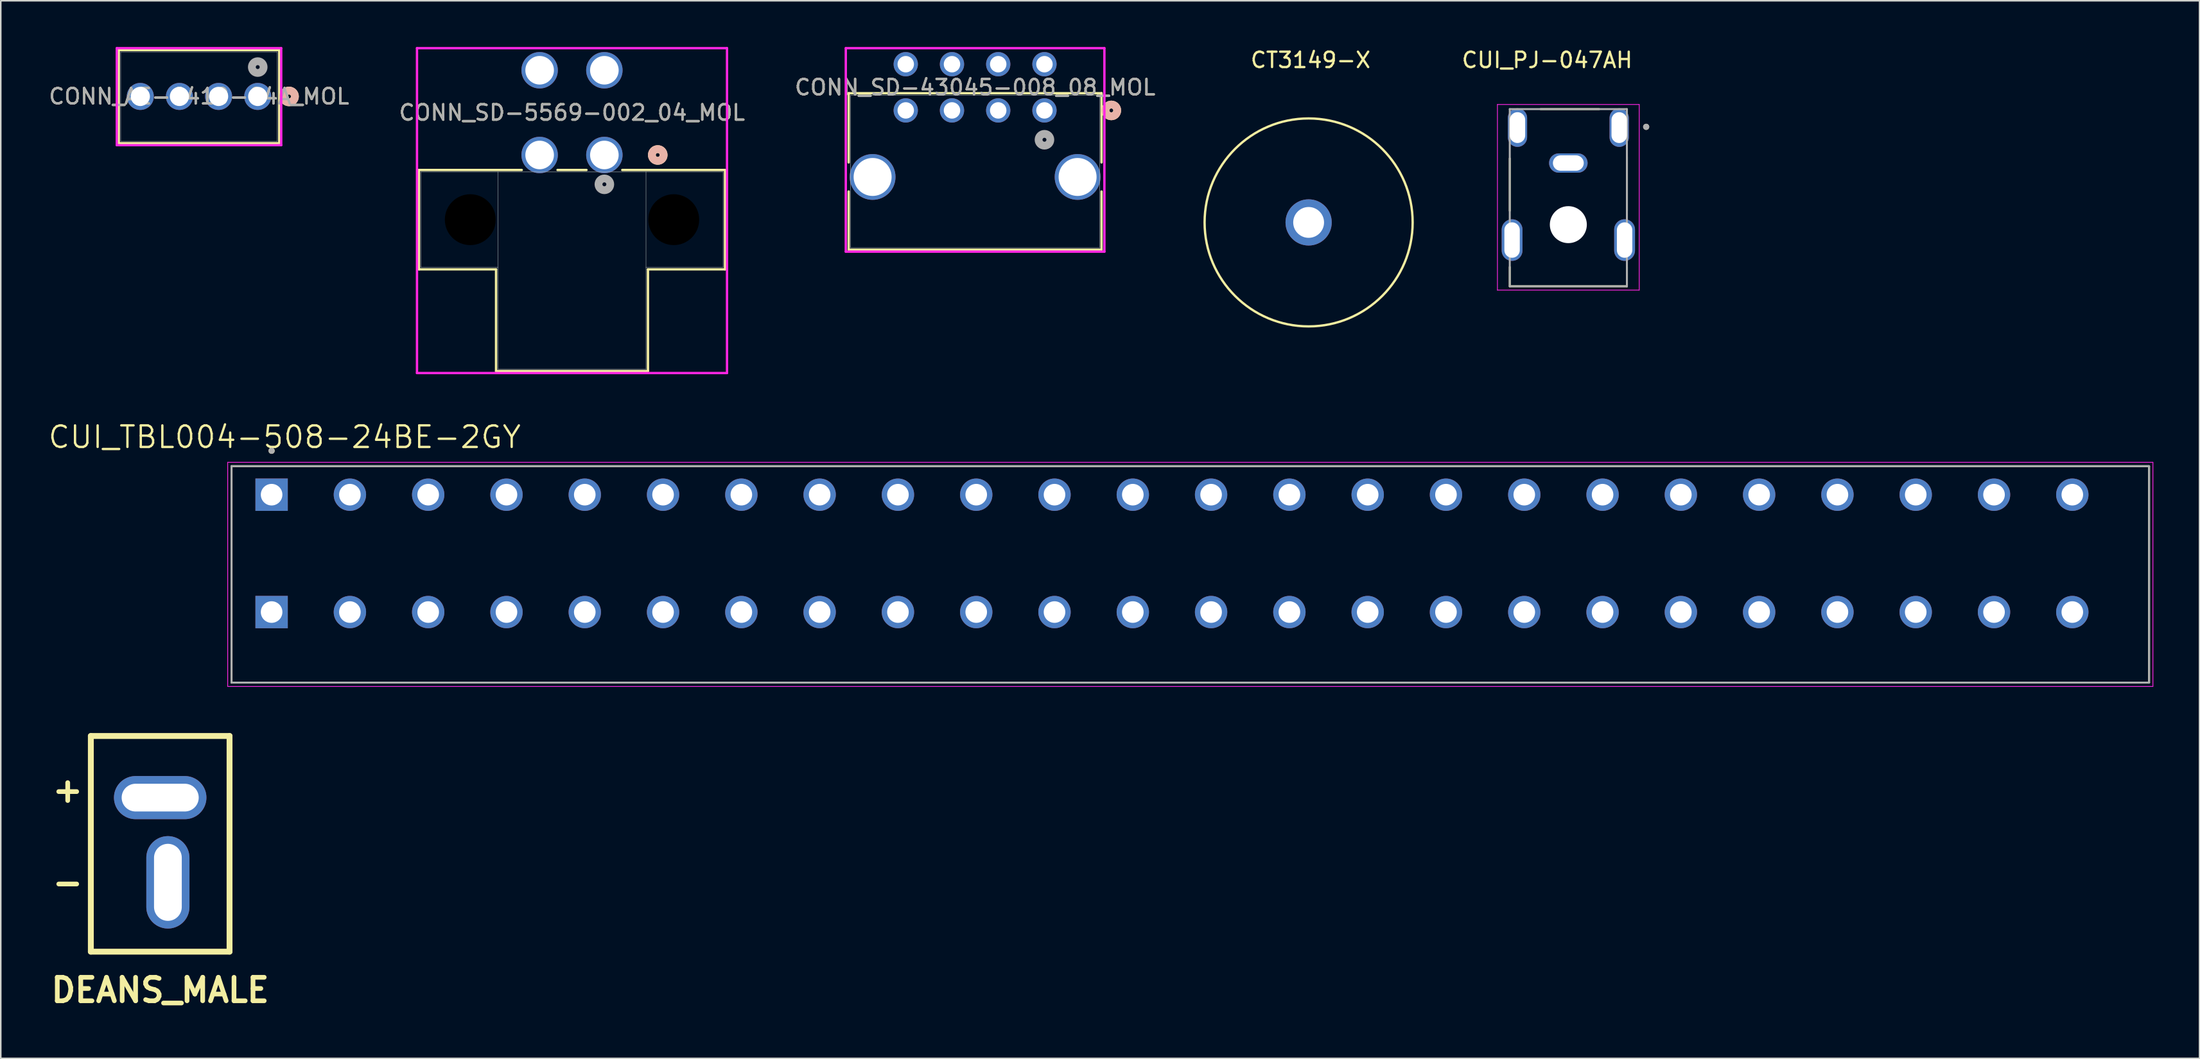
<source format=kicad_pcb>
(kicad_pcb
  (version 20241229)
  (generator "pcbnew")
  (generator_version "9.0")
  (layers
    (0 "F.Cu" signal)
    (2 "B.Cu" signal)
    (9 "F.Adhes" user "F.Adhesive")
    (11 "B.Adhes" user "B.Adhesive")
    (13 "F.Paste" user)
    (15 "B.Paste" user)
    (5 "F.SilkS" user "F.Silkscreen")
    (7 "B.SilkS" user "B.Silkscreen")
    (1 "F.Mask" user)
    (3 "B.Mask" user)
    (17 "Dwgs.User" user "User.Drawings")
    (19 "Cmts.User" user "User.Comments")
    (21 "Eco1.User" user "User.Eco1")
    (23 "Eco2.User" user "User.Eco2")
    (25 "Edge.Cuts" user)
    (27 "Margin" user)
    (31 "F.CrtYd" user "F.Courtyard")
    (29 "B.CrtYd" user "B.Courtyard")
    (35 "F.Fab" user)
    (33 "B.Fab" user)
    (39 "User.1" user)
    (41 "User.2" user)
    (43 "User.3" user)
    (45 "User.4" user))
  (footprint "DEANS_MALE"
    (layer "F.Cu")
    (at 7.344 52.23)
    (property "Reference" "DEANS_MALE" (at 0 9 0) (layer "F.SilkS") (effects (font (size 1.524 1.524) (thickness 0.305))))
    (attr through_hole)
    (fp_line (start -4.5 -7.5) (end 4.5 -7.5) (stroke (width 0.381) (type solid)) (layer "F.SilkS"))
    (fp_line (start -4.5 6.5) (end -4.5 -7.5) (stroke (width 0.381) (type solid)) (layer "F.SilkS"))
    (fp_line (start -4.5 6.5) (end 4.5 6.5) (stroke (width 0.381) (type solid)) (layer "F.SilkS"))
    (fp_line (start 4.5 6.5) (end 4.5 -7.5) (stroke (width 0.381) (type solid)) (layer "F.SilkS"))
    (fp_text user "-" (at -6 2 0) (layer "F.SilkS") (effects (font (size 1.524 1.524) (thickness 0.305))))
    (fp_text user "+" (at -6 -4 0) (layer "F.SilkS") (effects (font (size 1.524 1.524) (thickness 0.305))))
    (pad "1" thru_hole oval (at 0.5 2 180) (size 2.8 6) (drill oval 1.8 5) (layers "*.Cu" "*.Mask"))
    (pad "2" thru_hole oval (at 0 -3.5 270) (size 2.8 6) (drill oval 1.8 5) (layers "*.Cu" "*.Mask")))
  (footprint "CUI_PJ-047AH"
    (layer "F.Cu")
    (at 98.712 9.784)
    (property "Reference" "CUI_PJ-047AH" (at -1.372 -8.935 0) (layer "F.SilkS") (effects (font (size 1.001 1.001) (thickness 0.15))))
    (attr through_hole)
    (fp_line (start -3.8 -2.55) (end -3.8 0.85) (stroke (width 0.127) (type solid)) (layer "F.SilkS"))
    (fp_line (start -3.8 4.5) (end -3.8 5.75) (stroke (width 0.127) (type solid)) (layer "F.SilkS"))
    (fp_line (start -3.8 5.75) (end 3.8 5.75) (stroke (width 0.127) (type solid)) (layer "F.SilkS"))
    (fp_line (start 2 -5.75) (end -1.8 -5.75) (stroke (width 0.127) (type solid)) (layer "F.SilkS"))
    (fp_line (start 3.8 -2.65) (end 3.8 0.85) (stroke (width 0.127) (type solid)) (layer "F.SilkS"))
    (fp_line (start 3.8 5.75) (end 3.8 4.5) (stroke (width 0.127) (type solid)) (layer "F.SilkS"))
    (fp_circle (center 5.05 -4.6) (end 5.15 -4.6) (stroke (width 0.2) (type solid)) (fill no) (layer "F.SilkS"))
    (fp_line (start -4.6 6) (end -4.6 -6.05) (stroke (width 0.05) (type solid)) (layer "F.CrtYd"))
    (fp_line (start -4.6 6) (end 4.6 6) (stroke (width 0.05) (type solid)) (layer "F.CrtYd"))
    (fp_line (start 4.6 -6.05) (end -4.6 -6.05) (stroke (width 0.05) (type solid)) (layer "F.CrtYd"))
    (fp_line (start 4.6 6) (end 4.6 -6.05) (stroke (width 0.05) (type solid)) (layer "F.CrtYd"))
    (fp_line (start -3.8 -5.75) (end 3.8 -5.75) (stroke (width 0.127) (type solid)) (layer "F.Fab"))
    (fp_line (start -3.8 5.75) (end -3.8 -5.75) (stroke (width 0.127) (type solid)) (layer "F.Fab"))
    (fp_line (start 3.8 -5.75) (end 3.8 5.75) (stroke (width 0.127) (type solid)) (layer "F.Fab"))
    (fp_line (start 3.8 5.75) (end -3.8 5.75) (stroke (width 0.127) (type solid)) (layer "F.Fab"))
    (fp_circle (center 5.05 -4.6) (end 5.15 -4.6) (stroke (width 0.2) (type solid)) (fill no) (layer "F.Fab"))
    (pad "" np_thru_hole circle (at 0 1.75) (size 2.4 2.4) (drill 2.4) (layers "*.Cu" "*.Mask"))
    (pad "1" thru_hole oval (at 3.3 -4.55) (size 1.25 2.5) (drill oval 1 2) (layers "*.Cu" "*.Mask"))
    (pad "2" thru_hole oval (at 0 -2.25) (size 2.5 1.25) (drill oval 2 1) (layers "*.Cu" "*.Mask"))
    (pad "3" thru_hole oval (at -3.3 -4.55) (size 1.25 2.5) (drill oval 1 2) (layers "*.Cu" "*.Mask"))
    (pad "SH" thru_hole oval (at -3.65 2.75) (size 1.35 2.7) (drill oval 1 2.3) (layers "*.Cu" "*.Mask"))
    (pad "SH" thru_hole oval (at 3.65 2.75) (size 1.35 2.7) (drill oval 1 2.3) (layers "*.Cu" "*.Mask")))
  (footprint "CONN_SD-5569-002_04_MOL"
    (layer "F.Cu")
    (at 36.165 7.011)
    (property "Reference" "CONN_SD-5569-002_04_MOL" (at -2.1 -2.75 0) (unlocked yes) (layer "F.SilkS") (effects (font (size 1 1) (thickness 0.15))))
    (attr through_hole)
    (fp_line (start -12.031 0.973) (end -12.031 7.425) (stroke (width 0.152) (type solid)) (layer "F.SilkS"))
    (fp_line (start -12.031 7.425) (end -7.028 7.425) (stroke (width 0.152) (type solid)) (layer "F.SilkS"))
    (fp_line (start -7.028 7.425) (end -7.028 14.029) (stroke (width 0.152) (type solid)) (layer "F.SilkS"))
    (fp_line (start -7.028 14.029) (end 2.828 14.029) (stroke (width 0.152) (type solid)) (layer "F.SilkS"))
    (fp_line (start -5.36 0.973) (end -12.031 0.973) (stroke (width 0.152) (type solid)) (layer "F.SilkS"))
    (fp_line (start -1.16 0.973) (end -3.04 0.973) (stroke (width 0.152) (type solid)) (layer "F.SilkS"))
    (fp_line (start 2.828 7.425) (end 7.831 7.425) (stroke (width 0.152) (type solid)) (layer "F.SilkS"))
    (fp_line (start 2.828 14.029) (end 2.828 7.425) (stroke (width 0.152) (type solid)) (layer "F.SilkS"))
    (fp_line (start 7.831 0.973) (end 1.16 0.973) (stroke (width 0.152) (type solid)) (layer "F.SilkS"))
    (fp_line (start 7.831 7.425) (end 7.831 0.973) (stroke (width 0.152) (type solid)) (layer "F.SilkS"))
    (fp_circle (center 3.463 0) (end 3.844 0) (stroke (width 0.508) (type solid)) (fill no) (layer "F.SilkS"))
    (fp_circle (center 3.463 0) (end 3.844 0) (stroke (width 0.508) (type solid)) (fill no) (layer "B.SilkS"))
    (fp_line (start -12.158 -6.935) (end -12.158 14.156) (stroke (width 0.152) (type solid)) (layer "F.CrtYd"))
    (fp_line (start -12.158 14.156) (end 7.958 14.156) (stroke (width 0.152) (type solid)) (layer "F.CrtYd"))
    (fp_line (start 7.958 -6.935) (end -12.158 -6.935) (stroke (width 0.152) (type solid)) (layer "F.CrtYd"))
    (fp_line (start 7.958 14.156) (end 7.958 -6.935) (stroke (width 0.152) (type solid)) (layer "F.CrtYd"))
    (fp_line (start -11.904 7.298) (end -11.904 1.1) (stroke (width 0.025) (type solid)) (layer "F.Fab"))
    (fp_line (start -11.904 7.298) (end -6.901 7.298) (stroke (width 0.025) (type solid)) (layer "F.Fab"))
    (fp_line (start -6.901 1.1) (end -11.904 1.1) (stroke (width 0.025) (type solid)) (layer "F.Fab"))
    (fp_line (start -6.901 1.1) (end -6.901 13.902) (stroke (width 0.025) (type solid)) (layer "F.Fab"))
    (fp_line (start -6.901 13.902) (end 2.701 13.902) (stroke (width 0.025) (type solid)) (layer "F.Fab"))
    (fp_line (start 2.701 1.1) (end -6.901 1.1) (stroke (width 0.025) (type solid)) (layer "F.Fab"))
    (fp_line (start 2.701 1.1) (end 7.704 1.1) (stroke (width 0.025) (type solid)) (layer "F.Fab"))
    (fp_line (start 2.701 13.902) (end 2.701 1.1) (stroke (width 0.025) (type solid)) (layer "F.Fab"))
    (fp_line (start 7.704 1.1) (end 7.704 7.298) (stroke (width 0.025) (type solid)) (layer "F.Fab"))
    (fp_line (start 7.704 7.298) (end 2.701 7.298) (stroke (width 0.025) (type solid)) (layer "F.Fab"))
    (fp_circle (center 0 1.905) (end 0.381 1.905) (stroke (width 0.508) (type solid)) (fill no) (layer "F.Fab"))
    (fp_text user "${REFERENCE}" (at -2.1 -2.75 0) (unlocked yes) (layer "F.Fab") (effects (font (size 1 1) (thickness 0.15))))
    (pad "" np_thru_hole circle (at -8.7 4.2) (size 3.302 3.302) (drill 3.302) (layers))
    (pad "" np_thru_hole circle (at 4.5 4.2) (size 3.302 3.302) (drill 3.302) (layers))
    (pad "1" thru_hole circle (at 0 0) (size 2.362 2.362) (drill 1.854) (layers "*.Cu" "*.Mask"))
    (pad "2" thru_hole circle (at -4.2 0) (size 2.362 2.362) (drill 1.854) (layers "*.Cu" "*.Mask"))
    (pad "3" thru_hole circle (at 0 -5.5) (size 2.362 2.362) (drill 1.854) (layers "*.Cu" "*.Mask"))
    (pad "4" thru_hole circle (at -4.2 -5.5) (size 2.362 2.362) (drill 1.854) (layers "*.Cu" "*.Mask")))
  (footprint "CONN_AE-6410-04A_MOL"
    (layer "F.Cu")
    (at 13.673 3.21)
    (property "Reference" "CONN_AE-6410-04A_MOL" (at -3.81 0 0) (unlocked yes) (layer "F.SilkS") (effects (font (size 1 1) (thickness 0.15))))
    (attr through_hole)
    (fp_line (start -9.017 -3.007) (end -9.017 3.038) (stroke (width 0.152) (type solid)) (layer "F.SilkS"))
    (fp_line (start -9.017 3.038) (end 1.397 3.038) (stroke (width 0.152) (type solid)) (layer "F.SilkS"))
    (fp_line (start 1.397 -3.007) (end -9.017 -3.007) (stroke (width 0.152) (type solid)) (layer "F.SilkS"))
    (fp_line (start 1.397 3.038) (end 1.397 -3.007) (stroke (width 0.152) (type solid)) (layer "F.SilkS"))
    (fp_circle (center 2.032 0) (end 2.413 0) (stroke (width 0.508) (type solid)) (fill no) (layer "F.SilkS"))
    (fp_circle (center 2.032 0) (end 2.413 0) (stroke (width 0.508) (type solid)) (fill no) (layer "B.SilkS"))
    (fp_line (start -9.144 -3.134) (end -9.144 3.165) (stroke (width 0.152) (type solid)) (layer "F.CrtYd"))
    (fp_line (start -9.144 3.165) (end 1.524 3.165) (stroke (width 0.152) (type solid)) (layer "F.CrtYd"))
    (fp_line (start 1.524 -3.134) (end -9.144 -3.134) (stroke (width 0.152) (type solid)) (layer "F.CrtYd"))
    (fp_line (start 1.524 3.165) (end 1.524 -3.134) (stroke (width 0.152) (type solid)) (layer "F.CrtYd"))
    (fp_line (start -8.89 -2.88) (end -8.89 2.911) (stroke (width 0.025) (type solid)) (layer "F.Fab"))
    (fp_line (start -8.89 2.911) (end 1.27 2.911) (stroke (width 0.025) (type solid)) (layer "F.Fab"))
    (fp_line (start 1.27 -2.88) (end -8.89 -2.88) (stroke (width 0.025) (type solid)) (layer "F.Fab"))
    (fp_line (start 1.27 2.911) (end 1.27 -2.88) (stroke (width 0.025) (type solid)) (layer "F.Fab"))
    (fp_circle (center 0 -1.905) (end 0.381 -1.905) (stroke (width 0.508) (type solid)) (fill no) (layer "F.Fab"))
    (fp_text user "${REFERENCE}" (at -3.81 0 0) (unlocked yes) (layer "F.Fab") (effects (font (size 1 1) (thickness 0.15))))
    (pad "1" thru_hole circle (at 0 0) (size 1.753 1.753) (drill 1.245) (layers "*.Cu" "*.Mask"))
    (pad "2" thru_hole circle (at -2.54 0) (size 1.753 1.753) (drill 1.245) (layers "*.Cu" "*.Mask"))
    (pad "3" thru_hole circle (at -5.08 0) (size 1.753 1.753) (drill 1.245) (layers "*.Cu" "*.Mask"))
    (pad "4" thru_hole circle (at -7.62 0) (size 1.753 1.753) (drill 1.245) (layers "*.Cu" "*.Mask")))
  (footprint "CUI_TBL004-508-24BE-2GY"
    (layer "F.Cu")
    (at 14.573 29.064)
    (property "Reference" "CUI_TBL004-508-24BE-2GY" (at 0.845 -3.739 0) (layer "F.SilkS") (effects (font (size 1.4 1.4) (thickness 0.15))))
    (attr through_hole)
    (fp_line (start -2.6 -1.85) (end 121.82 -1.85) (stroke (width 0.127) (type solid)) (layer "F.SilkS"))
    (fp_line (start -2.6 12.2) (end -2.6 -1.85) (stroke (width 0.127) (type solid)) (layer "F.SilkS"))
    (fp_line (start 121.82 -1.85) (end 121.82 12.2) (stroke (width 0.127) (type solid)) (layer "F.SilkS"))
    (fp_line (start 121.82 12.2) (end -2.6 12.2) (stroke (width 0.127) (type solid)) (layer "F.SilkS"))
    (fp_circle (center 0 -2.85) (end 0.1 -2.85) (stroke (width 0.2) (type solid)) (fill no) (layer "F.SilkS"))
    (fp_line (start -2.85 -2.1) (end 122.07 -2.1) (stroke (width 0.05) (type solid)) (layer "F.CrtYd"))
    (fp_line (start -2.85 12.45) (end -2.85 -2.1) (stroke (width 0.05) (type solid)) (layer "F.CrtYd"))
    (fp_line (start 122.07 -2.1) (end 122.07 12.45) (stroke (width 0.05) (type solid)) (layer "F.CrtYd"))
    (fp_line (start 122.07 12.45) (end -2.85 12.45) (stroke (width 0.05) (type solid)) (layer "F.CrtYd"))
    (fp_line (start -2.6 -1.85) (end 121.82 -1.85) (stroke (width 0.127) (type solid)) (layer "F.Fab"))
    (fp_line (start -2.6 12.2) (end -2.6 -1.85) (stroke (width 0.127) (type solid)) (layer "F.Fab"))
    (fp_line (start 121.82 -1.85) (end 121.82 12.2) (stroke (width 0.127) (type solid)) (layer "F.Fab"))
    (fp_line (start 121.82 12.2) (end -2.6 12.2) (stroke (width 0.127) (type solid)) (layer "F.Fab"))
    (fp_circle (center 0 -2.85) (end 0.1 -2.85) (stroke (width 0.2) (type solid)) (fill no) (layer "F.Fab"))
    (pad "1_A" thru_hole rect (at 0 0) (size 2.1 2.1) (drill 1.4) (layers "*.Cu" "*.Mask"))
    (pad "1_B" thru_hole rect (at 0 7.62) (size 2.1 2.1) (drill 1.4) (layers "*.Cu" "*.Mask"))
    (pad "2_A" thru_hole circle (at 5.08 0) (size 2.1 2.1) (drill 1.4) (layers "*.Cu" "*.Mask"))
    (pad "2_B" thru_hole circle (at 5.08 7.62) (size 2.1 2.1) (drill 1.4) (layers "*.Cu" "*.Mask"))
    (pad "3_A" thru_hole circle (at 10.16 0) (size 2.1 2.1) (drill 1.4) (layers "*.Cu" "*.Mask"))
    (pad "3_B" thru_hole circle (at 10.16 7.62) (size 2.1 2.1) (drill 1.4) (layers "*.Cu" "*.Mask"))
    (pad "4_A" thru_hole circle (at 15.24 0) (size 2.1 2.1) (drill 1.4) (layers "*.Cu" "*.Mask"))
    (pad "4_B" thru_hole circle (at 15.24 7.62) (size 2.1 2.1) (drill 1.4) (layers "*.Cu" "*.Mask"))
    (pad "5_A" thru_hole circle (at 20.32 0) (size 2.1 2.1) (drill 1.4) (layers "*.Cu" "*.Mask"))
    (pad "5_B" thru_hole circle (at 20.32 7.62) (size 2.1 2.1) (drill 1.4) (layers "*.Cu" "*.Mask"))
    (pad "6_A" thru_hole circle (at 25.4 0) (size 2.1 2.1) (drill 1.4) (layers "*.Cu" "*.Mask"))
    (pad "6_B" thru_hole circle (at 25.4 7.62) (size 2.1 2.1) (drill 1.4) (layers "*.Cu" "*.Mask"))
    (pad "7_A" thru_hole circle (at 30.48 0) (size 2.1 2.1) (drill 1.4) (layers "*.Cu" "*.Mask"))
    (pad "7_B" thru_hole circle (at 30.48 7.62) (size 2.1 2.1) (drill 1.4) (layers "*.Cu" "*.Mask"))
    (pad "8_A" thru_hole circle (at 35.56 0) (size 2.1 2.1) (drill 1.4) (layers "*.Cu" "*.Mask"))
    (pad "8_B" thru_hole circle (at 35.56 7.62) (size 2.1 2.1) (drill 1.4) (layers "*.Cu" "*.Mask"))
    (pad "9_A" thru_hole circle (at 40.64 0) (size 2.1 2.1) (drill 1.4) (layers "*.Cu" "*.Mask"))
    (pad "9_B" thru_hole circle (at 40.64 7.62) (size 2.1 2.1) (drill 1.4) (layers "*.Cu" "*.Mask"))
    (pad "10_A" thru_hole circle (at 45.72 0) (size 2.1 2.1) (drill 1.4) (layers "*.Cu" "*.Mask"))
    (pad "10_B" thru_hole circle (at 45.72 7.62) (size 2.1 2.1) (drill 1.4) (layers "*.Cu" "*.Mask"))
    (pad "11_A" thru_hole circle (at 50.8 0) (size 2.1 2.1) (drill 1.4) (layers "*.Cu" "*.Mask"))
    (pad "11_B" thru_hole circle (at 50.8 7.62) (size 2.1 2.1) (drill 1.4) (layers "*.Cu" "*.Mask"))
    (pad "12_A" thru_hole circle (at 55.88 0) (size 2.1 2.1) (drill 1.4) (layers "*.Cu" "*.Mask"))
    (pad "12_B" thru_hole circle (at 55.88 7.62) (size 2.1 2.1) (drill 1.4) (layers "*.Cu" "*.Mask"))
    (pad "13_A" thru_hole circle (at 60.96 0) (size 2.1 2.1) (drill 1.4) (layers "*.Cu" "*.Mask"))
    (pad "13_B" thru_hole circle (at 60.96 7.62) (size 2.1 2.1) (drill 1.4) (layers "*.Cu" "*.Mask"))
    (pad "14_A" thru_hole circle (at 66.04 0) (size 2.1 2.1) (drill 1.4) (layers "*.Cu" "*.Mask"))
    (pad "14_B" thru_hole circle (at 66.04 7.62) (size 2.1 2.1) (drill 1.4) (layers "*.Cu" "*.Mask"))
    (pad "15_A" thru_hole circle (at 71.12 0) (size 2.1 2.1) (drill 1.4) (layers "*.Cu" "*.Mask"))
    (pad "15_B" thru_hole circle (at 71.12 7.62) (size 2.1 2.1) (drill 1.4) (layers "*.Cu" "*.Mask"))
    (pad "16_A" thru_hole circle (at 76.2 0) (size 2.1 2.1) (drill 1.4) (layers "*.Cu" "*.Mask"))
    (pad "16_B" thru_hole circle (at 76.2 7.62) (size 2.1 2.1) (drill 1.4) (layers "*.Cu" "*.Mask"))
    (pad "17_A" thru_hole circle (at 81.28 0) (size 2.1 2.1) (drill 1.4) (layers "*.Cu" "*.Mask"))
    (pad "17_B" thru_hole circle (at 81.28 7.62) (size 2.1 2.1) (drill 1.4) (layers "*.Cu" "*.Mask"))
    (pad "18_A" thru_hole circle (at 86.36 0) (size 2.1 2.1) (drill 1.4) (layers "*.Cu" "*.Mask"))
    (pad "18_B" thru_hole circle (at 86.36 7.62) (size 2.1 2.1) (drill 1.4) (layers "*.Cu" "*.Mask"))
    (pad "19_A" thru_hole circle (at 91.44 0) (size 2.1 2.1) (drill 1.4) (layers "*.Cu" "*.Mask"))
    (pad "19_B" thru_hole circle (at 91.44 7.62) (size 2.1 2.1) (drill 1.4) (layers "*.Cu" "*.Mask"))
    (pad "20_A" thru_hole circle (at 96.52 0) (size 2.1 2.1) (drill 1.4) (layers "*.Cu" "*.Mask"))
    (pad "20_B" thru_hole circle (at 96.52 7.62) (size 2.1 2.1) (drill 1.4) (layers "*.Cu" "*.Mask"))
    (pad "21_A" thru_hole circle (at 101.6 0) (size 2.1 2.1) (drill 1.4) (layers "*.Cu" "*.Mask"))
    (pad "21_B" thru_hole circle (at 101.6 7.62) (size 2.1 2.1) (drill 1.4) (layers "*.Cu" "*.Mask"))
    (pad "22_A" thru_hole circle (at 106.68 0) (size 2.1 2.1) (drill 1.4) (layers "*.Cu" "*.Mask"))
    (pad "22_B" thru_hole circle (at 106.68 7.62) (size 2.1 2.1) (drill 1.4) (layers "*.Cu" "*.Mask"))
    (pad "23_A" thru_hole circle (at 111.76 0) (size 2.1 2.1) (drill 1.4) (layers "*.Cu" "*.Mask"))
    (pad "23_B" thru_hole circle (at 111.76 7.62) (size 2.1 2.1) (drill 1.4) (layers "*.Cu" "*.Mask"))
    (pad "24_A" thru_hole circle (at 116.84 0) (size 2.1 2.1) (drill 1.4) (layers "*.Cu" "*.Mask"))
    (pad "24_B" thru_hole circle (at 116.84 7.62) (size 2.1 2.1) (drill 1.4) (layers "*.Cu" "*.Mask")))
  (footprint "CT3149-X"
    (layer "F.Cu")
    (at 81.861 11.389)
    (property "Reference" "CT3149-X" (at 0.127 -10.541 0) (layer "F.SilkS") (effects (font (size 1 1) (thickness 0.15))))
    (attr through_hole)
    (fp_circle (center 0 0) (end 6.75 0) (stroke (width 0.15) (type solid)) (fill no) (layer "F.SilkS"))
    (pad "1" thru_hole circle (at 0 0) (size 3 3) (drill 2) (layers "*.Cu" "*.Mask")))
  (footprint "CONN_SD-43045-008_08_MOL"
    (layer "F.Cu")
    (at 64.72 4.118)
    (property "Reference" "CONN_SD-43045-008_08_MOL" (at -4.5 -1.5 0) (unlocked yes) (layer "F.SilkS") (effects (font (size 1 1) (thickness 0.15))))
    (attr through_hole)
    (fp_line (start -12.704 -1.117) (end -12.704 3.376) (stroke (width 0.152) (type solid)) (layer "F.SilkS"))
    (fp_line (start -12.704 5.264) (end -12.704 9.043) (stroke (width 0.152) (type solid)) (layer "F.SilkS"))
    (fp_line (start -12.704 9.043) (end 3.704 9.043) (stroke (width 0.152) (type solid)) (layer "F.SilkS"))
    (fp_line (start 3.704 -1.117) (end -12.704 -1.117) (stroke (width 0.152) (type solid)) (layer "F.SilkS"))
    (fp_line (start 3.704 3.376) (end 3.704 -1.117) (stroke (width 0.152) (type solid)) (layer "F.SilkS"))
    (fp_line (start 3.704 9.043) (end 3.704 5.264) (stroke (width 0.152) (type solid)) (layer "F.SilkS"))
    (fp_circle (center 4.339 0) (end 4.72 0) (stroke (width 0.508) (type solid)) (fill no) (layer "F.SilkS"))
    (fp_circle (center 4.339 0) (end 4.72 0) (stroke (width 0.508) (type solid)) (fill no) (layer "B.SilkS"))
    (fp_line (start -12.89 -4.041) (end -12.89 9.17) (stroke (width 0.152) (type solid)) (layer "F.CrtYd"))
    (fp_line (start -12.89 9.17) (end 3.89 9.17) (stroke (width 0.152) (type solid)) (layer "F.CrtYd"))
    (fp_line (start 3.89 -4.041) (end -12.89 -4.041) (stroke (width 0.152) (type solid)) (layer "F.CrtYd"))
    (fp_line (start 3.89 9.17) (end 3.89 -4.041) (stroke (width 0.152) (type solid)) (layer "F.CrtYd"))
    (fp_line (start -12.577 -0.99) (end -12.577 8.916) (stroke (width 0.025) (type solid)) (layer "F.Fab"))
    (fp_line (start -12.577 8.916) (end 3.577 8.916) (stroke (width 0.025) (type solid)) (layer "F.Fab"))
    (fp_line (start 3.577 -0.99) (end -12.577 -0.99) (stroke (width 0.025) (type solid)) (layer "F.Fab"))
    (fp_line (start 3.577 8.916) (end 3.577 -0.99) (stroke (width 0.025) (type solid)) (layer "F.Fab"))
    (fp_circle (center 0 1.905) (end 0.381 1.905) (stroke (width 0.508) (type solid)) (fill no) (layer "F.Fab"))
    (fp_text user "${REFERENCE}" (at -4.5 -1.5 0) (unlocked yes) (layer "F.Fab") (effects (font (size 1 1) (thickness 0.15))))
    (pad "1" thru_hole circle (at 0 0) (size 1.575 1.575) (drill 1.067) (layers "*.Cu" "*.Mask"))
    (pad "2" thru_hole circle (at -3 0) (size 1.575 1.575) (drill 1.067) (layers "*.Cu" "*.Mask"))
    (pad "3" thru_hole circle (at -6 0) (size 1.575 1.575) (drill 1.067) (layers "*.Cu" "*.Mask"))
    (pad "4" thru_hole circle (at -9 0) (size 1.575 1.575) (drill 1.067) (layers "*.Cu" "*.Mask"))
    (pad "5" thru_hole circle (at 0 -3) (size 1.575 1.575) (drill 1.067) (layers "*.Cu" "*.Mask"))
    (pad "6" thru_hole circle (at -3 -3) (size 1.575 1.575) (drill 1.067) (layers "*.Cu" "*.Mask"))
    (pad "7" thru_hole circle (at -6 -3) (size 1.575 1.575) (drill 1.067) (layers "*.Cu" "*.Mask"))
    (pad "8" thru_hole circle (at -9 -3) (size 1.575 1.575) (drill 1.067) (layers "*.Cu" "*.Mask"))
    (pad "9" thru_hole circle (at -11.15 4.32) (size 2.972 2.972) (drill 2.464) (layers "*.Cu" "*.Mask"))
    (pad "10" thru_hole circle (at 2.15 4.32) (size 2.972 2.972) (drill 2.464) (layers "*.Cu" "*.Mask")))
  (gr_rect
    (start -3 -3)
    (end 139.668 65.656)
    (stroke (width 0.1) (type default))
    (fill no)
    (layer "Edge.Cuts")))
</source>
